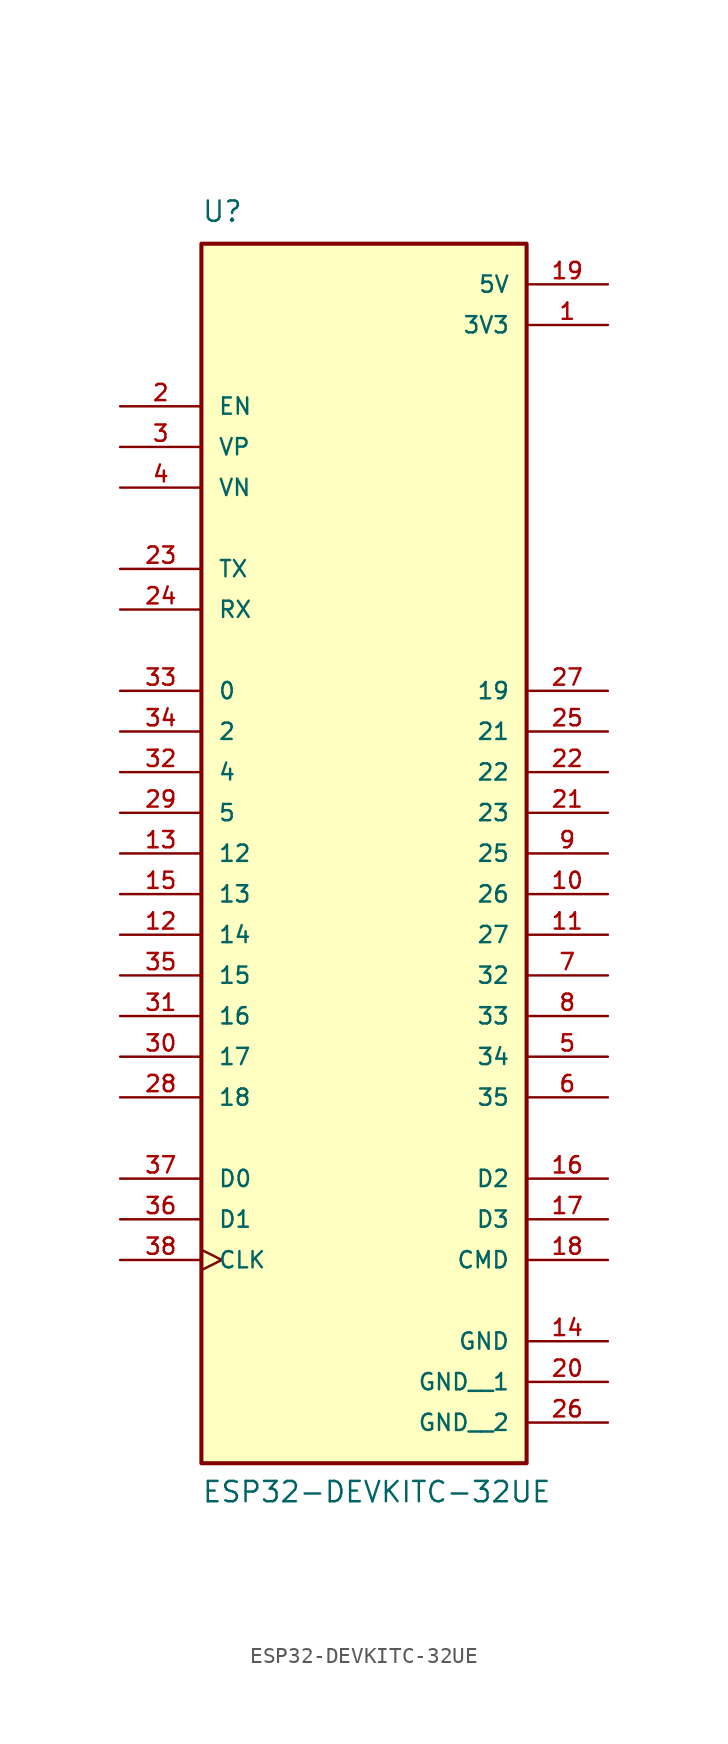
<source format=kicad_sym>
(kicad_symbol_lib
  (version 20211014)
  (generator kicad_symbol_editor)
  (symbol "ESP32-DEVKITC-32UE"
    (pin_names
      (offset 1.016))
    (property "Reference" "U"
      (at -10.16 36.83 0)
      (effects (font (size 1.27 1.27)) (justify bottom left)))
    (property "Value" "ESP32-DEVKITC-32UE"
      (at -10.16 -43.18 0)
      (effects (font (size 1.27 1.27)) (justify bottom left)))
    (symbol "ESP32-DEVKITC-32UE_0_0"
      (rectangle (start -10.16 -40.64) (end 10.16 35.56) (stroke (width 0.254)) (fill (type background)))
      (pin input line (at -15.24 25.4 0) (length 5.08) (name "EN" (effects (font (size 1.016 1.016)))) (number "2" (effects (font (size 1.016 1.016)))))
      (pin input line (at -15.24 22.86 0) (length 5.08) (name "VP" (effects (font (size 1.016 1.016)))) (number "3" (effects (font (size 1.016 1.016)))))
      (pin input line (at -15.24 20.32 0) (length 5.08) (name "VN" (effects (font (size 1.016 1.016)))) (number "4" (effects (font (size 1.016 1.016)))))
      (pin bidirectional line (at -15.24 15.24 0) (length 5.08) (name "TX" (effects (font (size 1.016 1.016)))) (number "23" (effects (font (size 1.016 1.016)))))
      (pin bidirectional line (at -15.24 12.7 0) (length 5.08) (name "RX" (effects (font (size 1.016 1.016)))) (number "24" (effects (font (size 1.016 1.016)))))
      (pin bidirectional clock (at -15.24 -27.94 0) (length 5.08) (name "CLK" (effects (font (size 1.016 1.016)))) (number "38" (effects (font (size 1.016 1.016)))))
      (pin bidirectional line (at 15.24 -27.94 180.0) (length 5.08) (name "CMD" (effects (font (size 1.016 1.016)))) (number "18" (effects (font (size 1.016 1.016)))))
      (pin bidirectional line (at -15.24 7.62 0) (length 5.08) (name "0" (effects (font (size 1.016 1.016)))) (number "33" (effects (font (size 1.016 1.016)))))
      (pin bidirectional line (at -15.24 5.08 0) (length 5.08) (name "2" (effects (font (size 1.016 1.016)))) (number "34" (effects (font (size 1.016 1.016)))))
      (pin bidirectional line (at -15.24 2.54 0) (length 5.08) (name "4" (effects (font (size 1.016 1.016)))) (number "32" (effects (font (size 1.016 1.016)))))
      (pin bidirectional line (at -15.24 -2.54 0) (length 5.08) (name "12" (effects (font (size 1.016 1.016)))) (number "13" (effects (font (size 1.016 1.016)))))
      (pin bidirectional line (at -15.24 -5.08 0) (length 5.08) (name "13" (effects (font (size 1.016 1.016)))) (number "15" (effects (font (size 1.016 1.016)))))
      (pin bidirectional line (at -15.24 -7.62 0) (length 5.08) (name "14" (effects (font (size 1.016 1.016)))) (number "12" (effects (font (size 1.016 1.016)))))
      (pin bidirectional line (at -15.24 -10.16 0) (length 5.08) (name "15" (effects (font (size 1.016 1.016)))) (number "35" (effects (font (size 1.016 1.016)))))
      (pin bidirectional line (at -15.24 -12.7 0) (length 5.08) (name "16" (effects (font (size 1.016 1.016)))) (number "31" (effects (font (size 1.016 1.016)))))
      (pin bidirectional line (at -15.24 -15.24 0) (length 5.08) (name "17" (effects (font (size 1.016 1.016)))) (number "30" (effects (font (size 1.016 1.016)))))
      (pin bidirectional line (at -15.24 -17.78 0) (length 5.08) (name "18" (effects (font (size 1.016 1.016)))) (number "28" (effects (font (size 1.016 1.016)))))
      (pin bidirectional line (at 15.24 7.62 180.0) (length 5.08) (name "19" (effects (font (size 1.016 1.016)))) (number "27" (effects (font (size 1.016 1.016)))))
      (pin power_in line (at 15.24 33.02 180.0) (length 5.08) (name "5V" (effects (font (size 1.016 1.016)))) (number "19" (effects (font (size 1.016 1.016)))))
      (pin power_in line (at 15.24 30.48 180.0) (length 5.08) (name "3V3" (effects (font (size 1.016 1.016)))) (number "1" (effects (font (size 1.016 1.016)))))
      (pin bidirectional line (at 15.24 2.54 180.0) (length 5.08) (name "22" (effects (font (size 1.016 1.016)))) (number "22" (effects (font (size 1.016 1.016)))))
      (pin bidirectional line (at 15.24 0.0 180.0) (length 5.08) (name "23" (effects (font (size 1.016 1.016)))) (number "21" (effects (font (size 1.016 1.016)))))
      (pin bidirectional line (at -15.24 0.0 0) (length 5.08) (name "5" (effects (font (size 1.016 1.016)))) (number "29" (effects (font (size 1.016 1.016)))))
      (pin bidirectional line (at 15.24 -2.54 180.0) (length 5.08) (name "25" (effects (font (size 1.016 1.016)))) (number "9" (effects (font (size 1.016 1.016)))))
      (pin bidirectional line (at 15.24 -5.08 180.0) (length 5.08) (name "26" (effects (font (size 1.016 1.016)))) (number "10" (effects (font (size 1.016 1.016)))))
      (pin bidirectional line (at 15.24 -7.62 180.0) (length 5.08) (name "27" (effects (font (size 1.016 1.016)))) (number "11" (effects (font (size 1.016 1.016)))))
      (pin bidirectional line (at -15.24 -22.86 0) (length 5.08) (name "D0" (effects (font (size 1.016 1.016)))) (number "37" (effects (font (size 1.016 1.016)))))
      (pin bidirectional line (at -15.24 -25.4 0) (length 5.08) (name "D1" (effects (font (size 1.016 1.016)))) (number "36" (effects (font (size 1.016 1.016)))))
      (pin bidirectional line (at 15.24 -22.86 180.0) (length 5.08) (name "D2" (effects (font (size 1.016 1.016)))) (number "16" (effects (font (size 1.016 1.016)))))
      (pin bidirectional line (at 15.24 -25.4 180.0) (length 5.08) (name "D3" (effects (font (size 1.016 1.016)))) (number "17" (effects (font (size 1.016 1.016)))))
      (pin bidirectional line (at 15.24 -12.7 180.0) (length 5.08) (name "33" (effects (font (size 1.016 1.016)))) (number "8" (effects (font (size 1.016 1.016)))))
      (pin bidirectional line (at 15.24 -15.24 180.0) (length 5.08) (name "34" (effects (font (size 1.016 1.016)))) (number "5" (effects (font (size 1.016 1.016)))))
      (pin bidirectional line (at 15.24 -17.78 180.0) (length 5.08) (name "35" (effects (font (size 1.016 1.016)))) (number "6" (effects (font (size 1.016 1.016)))))
      (pin power_in line (at 15.24 -33.02 180.0) (length 5.08) (name "GND" (effects (font (size 1.016 1.016)))) (number "14" (effects (font (size 1.016 1.016)))))
      (pin bidirectional line (at 15.24 5.08 180.0) (length 5.08) (name "21" (effects (font (size 1.016 1.016)))) (number "25" (effects (font (size 1.016 1.016)))))
      (pin bidirectional line (at 15.24 -10.16 180.0) (length 5.08) (name "32" (effects (font (size 1.016 1.016)))) (number "7" (effects (font (size 1.016 1.016)))))
      (pin power_in line (at 15.24 -35.56 180.0) (length 5.08) (name "GND__1" (effects (font (size 1.016 1.016)))) (number "20" (effects (font (size 1.016 1.016)))))
      (pin power_in line (at 15.24 -38.1 180.0) (length 5.08) (name "GND__2" (effects (font (size 1.016 1.016)))) (number "26" (effects (font (size 1.016 1.016))))))))
</source>
